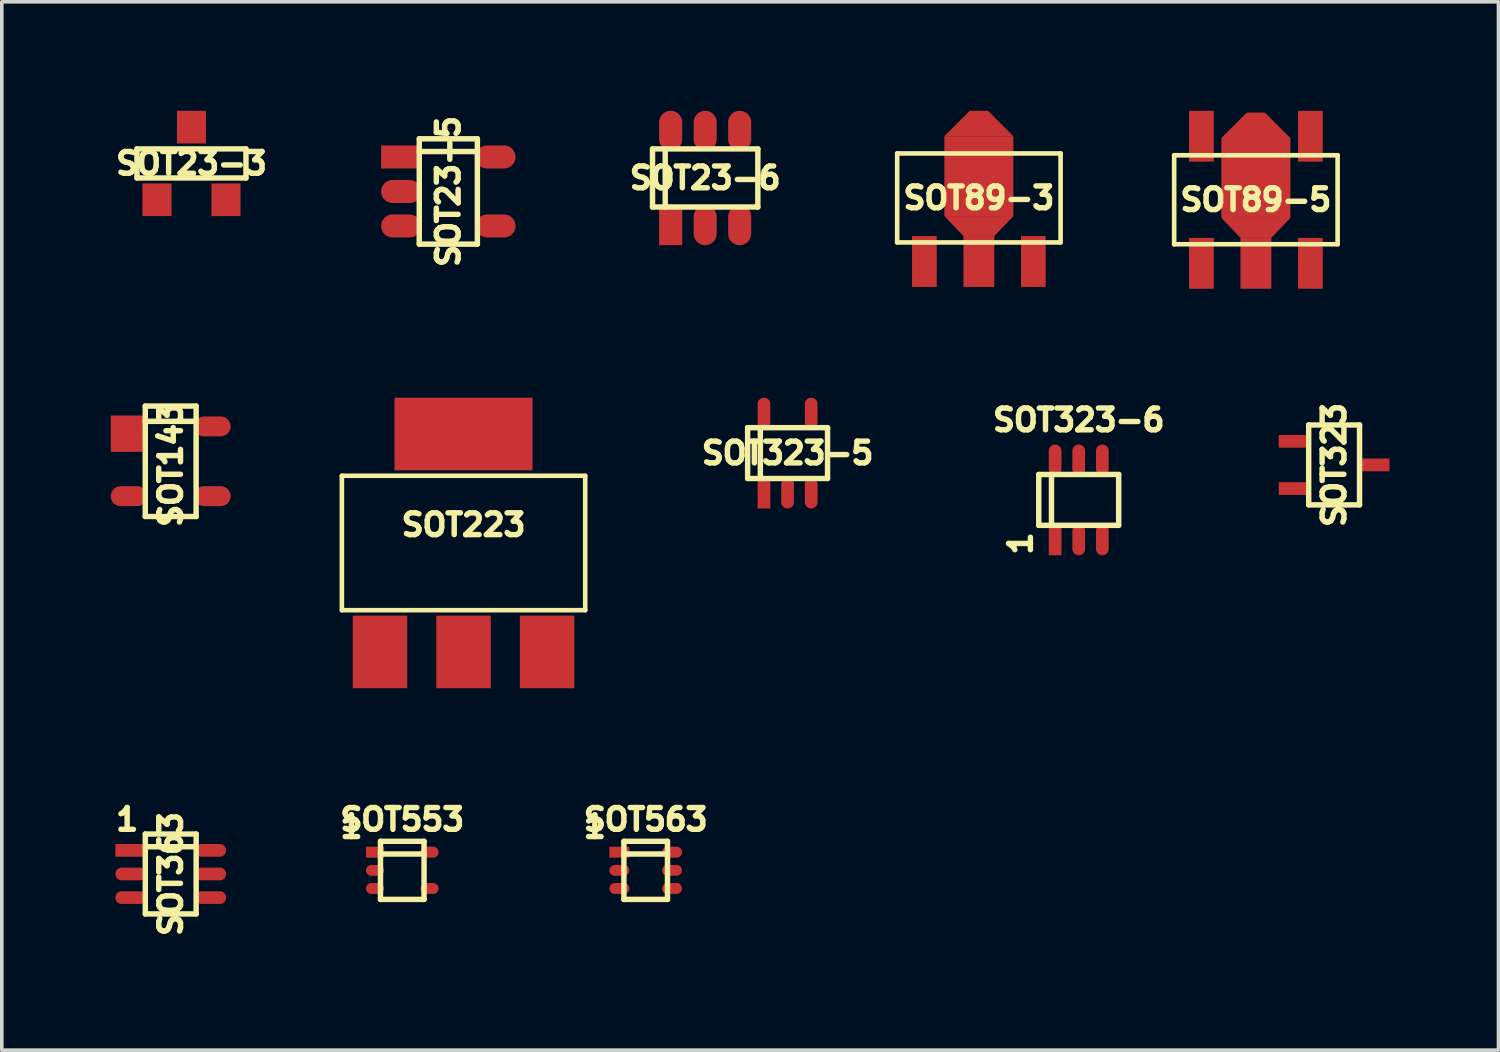
<source format=kicad_pcb>
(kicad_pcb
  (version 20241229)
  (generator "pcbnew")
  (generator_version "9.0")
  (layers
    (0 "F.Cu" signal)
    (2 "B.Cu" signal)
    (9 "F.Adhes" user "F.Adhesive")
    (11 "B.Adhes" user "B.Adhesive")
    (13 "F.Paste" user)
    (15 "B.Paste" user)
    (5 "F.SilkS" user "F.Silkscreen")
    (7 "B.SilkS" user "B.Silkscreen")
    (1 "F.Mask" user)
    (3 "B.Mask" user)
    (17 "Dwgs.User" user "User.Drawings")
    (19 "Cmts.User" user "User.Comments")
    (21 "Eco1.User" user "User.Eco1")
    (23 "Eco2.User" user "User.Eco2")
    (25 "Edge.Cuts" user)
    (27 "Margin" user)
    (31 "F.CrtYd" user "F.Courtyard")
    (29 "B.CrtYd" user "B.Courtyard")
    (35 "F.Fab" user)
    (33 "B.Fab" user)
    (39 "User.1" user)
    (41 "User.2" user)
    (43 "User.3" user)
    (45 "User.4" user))
  (footprint "SOT363"
    (layer "F.Cu")
    (at 1.651 21.014)
    (property "Reference" "SOT363" (at 0 0 270) (layer "F.SilkS") (effects (font (size 0.6 0.6) (thickness 0.15))))
    (attr smd)
    (fp_line (start -0.7 -1.1) (end 0.7 -1.1) (stroke (width 0.15) (type solid)) (layer "F.SilkS"))
    (fp_line (start -0.7 1.1) (end -0.7 -1.1) (stroke (width 0.15) (type solid)) (layer "F.SilkS"))
    (fp_line (start 0.7 -1.1) (end 0.7 1.1) (stroke (width 0.15) (type solid)) (layer "F.SilkS"))
    (fp_line (start 0.7 -0.75) (end -0.7 -0.75) (stroke (width 0.15) (type solid)) (layer "F.SilkS"))
    (fp_line (start 0.7 1.1) (end -0.7 1.1) (stroke (width 0.15) (type solid)) (layer "F.SilkS"))
    (fp_text user "1" (at -1.2 -1.5 0) (layer "F.SilkS") (effects (font (size 0.6 0.6) (thickness 0.15))))
    (pad "1" smd rect (at -1.1 -0.65 270) (size 0.35 0.85) (layers "F.Cu" "F.Mask" "F.Paste"))
    (pad "2" smd oval (at -1.1 0 270) (size 0.35 0.85) (layers "F.Cu" "F.Mask" "F.Paste"))
    (pad "3" smd oval (at -1.1 0.65 270) (size 0.35 0.85) (layers "F.Cu" "F.Mask" "F.Paste"))
    (pad "4" smd oval (at 1.1 0.65 270) (size 0.35 0.85) (layers "F.Cu" "F.Mask" "F.Paste"))
    (pad "5" smd oval (at 1.1 0 270) (size 0.35 0.85) (layers "F.Cu" "F.Mask" "F.Paste"))
    (pad "6" smd oval (at 1.1 -0.65 270) (size 0.35 0.85) (layers "F.Cu" "F.Mask" "F.Paste")))
  (footprint "SOT23-3"
    (layer "F.Cu")
    (at 2.222 1.45)
    (property "Reference" "SOT23-3" (at 0 0 0) (layer "F.SilkS") (effects (font (size 0.6 0.6) (thickness 0.15))))
    (attr smd)
    (fp_line (start -1.5 -0.4) (end 1.5 -0.4) (stroke (width 0.15) (type solid)) (layer "F.SilkS"))
    (fp_line (start -1.5 0.4) (end -1.5 -0.4) (stroke (width 0.15) (type solid)) (layer "F.SilkS"))
    (fp_line (start 1.5 -0.4) (end 1.5 0.4) (stroke (width 0.15) (type solid)) (layer "F.SilkS"))
    (fp_line (start 1.5 0.4) (end -1.5 0.4) (stroke (width 0.15) (type solid)) (layer "F.SilkS"))
    (pad "1" smd rect (at -0.95 1) (size 0.8 0.9) (layers "F.Cu" "F.Mask" "F.Paste"))
    (pad "2" smd rect (at 0.95 1) (size 0.8 0.9) (layers "F.Cu" "F.Mask" "F.Paste"))
    (pad "3" smd rect (at 0 -1) (size 0.8 0.9) (layers "F.Cu" "F.Mask" "F.Paste")))
  (footprint "SOT323"
    (layer "F.Cu")
    (at 33.683 9.751)
    (property "Reference" "SOT323" (at 0 0 270) (layer "F.SilkS") (effects (font (size 0.6 0.6) (thickness 0.15))))
    (attr smd)
    (fp_line (start -0.7 -1.1) (end 0.7 -1.1) (stroke (width 0.15) (type solid)) (layer "F.SilkS"))
    (fp_line (start -0.7 1.1) (end -0.7 -1.1) (stroke (width 0.15) (type solid)) (layer "F.SilkS"))
    (fp_line (start 0.7 -1.1) (end 0.7 1.1) (stroke (width 0.15) (type solid)) (layer "F.SilkS"))
    (fp_line (start 0.7 1.1) (end -0.7 1.1) (stroke (width 0.15) (type solid)) (layer "F.SilkS"))
    (pad "1" smd rect (at -1.1 -0.65 270) (size 0.35 0.85) (layers "F.Cu" "F.Mask" "F.Paste"))
    (pad "2" smd rect (at -1.1 0.65 270) (size 0.35 0.85) (layers "F.Cu" "F.Mask" "F.Paste"))
    (pad "3" smd rect (at 1.1 0 270) (size 0.35 0.85) (layers "F.Cu" "F.Mask" "F.Paste")))
  (footprint "SOT323-6"
    (layer "F.Cu")
    (at 26.651 10.714)
    (property "Reference" "SOT323-6" (at 0 -2.2 0) (layer "F.SilkS") (effects (font (size 0.6 0.6) (thickness 0.15))))
    (attr smd)
    (fp_line (start -1.1 -0.7) (end 1.1 -0.7) (stroke (width 0.15) (type solid)) (layer "F.SilkS"))
    (fp_line (start -1.1 0.7) (end -1.1 -0.7) (stroke (width 0.15) (type solid)) (layer "F.SilkS"))
    (fp_line (start -0.75 -0.7) (end -0.75 0.7) (stroke (width 0.15) (type solid)) (layer "F.SilkS"))
    (fp_line (start 1.1 -0.7) (end 1.1 0.7) (stroke (width 0.15) (type solid)) (layer "F.SilkS"))
    (fp_line (start 1.1 0.7) (end -1.1 0.7) (stroke (width 0.15) (type solid)) (layer "F.SilkS"))
    (fp_text user "1" (at -1.6 1.2 90) (layer "F.SilkS") (effects (font (size 0.6 0.6) (thickness 0.15))))
    (pad "1" smd rect (at -0.65 1.1) (size 0.35 0.85) (layers "F.Cu" "F.Mask" "F.Paste"))
    (pad "2" smd oval (at 0 1.1) (size 0.35 0.85) (layers "F.Cu" "F.Mask" "F.Paste"))
    (pad "3" smd oval (at 0.65 1.1) (size 0.35 0.85) (layers "F.Cu" "F.Mask" "F.Paste"))
    (pad "4" smd oval (at 0.65 -1.1) (size 0.35 0.85) (layers "F.Cu" "F.Mask" "F.Paste"))
    (pad "5" smd oval (at 0 -1.1) (size 0.35 0.85) (layers "F.Cu" "F.Mask" "F.Paste"))
    (pad "6" smd oval (at -0.65 -1.1) (size 0.35 0.85) (layers "F.Cu" "F.Mask" "F.Paste")))
  (footprint "SOT23-6"
    (layer "F.Cu")
    (at 16.366 1.85)
    (property "Reference" "SOT23-6" (at 0 0 0) (layer "F.SilkS") (effects (font (size 0.6 0.6) (thickness 0.15))))
    (attr smd)
    (fp_line (start -1.45 -0.8) (end 1.45 -0.8) (stroke (width 0.15) (type solid)) (layer "F.SilkS"))
    (fp_line (start -1.45 0.8) (end -1.45 -0.8) (stroke (width 0.15) (type solid)) (layer "F.SilkS"))
    (fp_line (start -1.1 0.8) (end -1.1 -0.8) (stroke (width 0.15) (type solid)) (layer "F.SilkS"))
    (fp_line (start 1.45 -0.8) (end 1.45 0.8) (stroke (width 0.15) (type solid)) (layer "F.SilkS"))
    (fp_line (start 1.45 0.8) (end -1.45 0.8) (stroke (width 0.15) (type solid)) (layer "F.SilkS"))
    (pad "1" smd rect (at -0.95 1.3) (size 0.635 1.1) (layers "F.Cu" "F.Mask" "F.Paste"))
    (pad "2" smd oval (at 0 1.3) (size 0.635 1.1) (layers "F.Cu" "F.Mask" "F.Paste"))
    (pad "3" smd oval (at 0.95 1.3) (size 0.635 1.1) (layers "F.Cu" "F.Mask" "F.Paste"))
    (pad "4" smd oval (at 0.95 -1.3) (size 0.635 1.1) (layers "F.Cu" "F.Mask" "F.Paste"))
    (pad "5" smd oval (at 0 -1.3) (size 0.635 1.1) (layers "F.Cu" "F.Mask" "F.Paste"))
    (pad "6" smd oval (at -0.95 -1.3) (size 0.635 1.1) (layers "F.Cu" "F.Mask" "F.Paste")))
  (footprint "SOT323-5"
    (layer "F.Cu")
    (at 18.635 9.425)
    (property "Reference" "SOT323-5" (at 0 0 0) (layer "F.SilkS") (effects (font (size 0.6 0.6) (thickness 0.15))))
    (attr smd)
    (fp_line (start -1.1 -0.7) (end 1.1 -0.7) (stroke (width 0.15) (type solid)) (layer "F.SilkS"))
    (fp_line (start -1.1 0.7) (end -1.1 -0.7) (stroke (width 0.15) (type solid)) (layer "F.SilkS"))
    (fp_line (start -0.75 -0.7) (end -0.75 0.7) (stroke (width 0.15) (type solid)) (layer "F.SilkS"))
    (fp_line (start 1.1 -0.7) (end 1.1 0.7) (stroke (width 0.15) (type solid)) (layer "F.SilkS"))
    (fp_line (start 1.1 0.7) (end -1.1 0.7) (stroke (width 0.15) (type solid)) (layer "F.SilkS"))
    (pad "1" smd rect (at -0.65 1.1) (size 0.35 0.85) (layers "F.Cu" "F.Mask" "F.Paste"))
    (pad "2" smd oval (at 0 1.1) (size 0.35 0.85) (layers "F.Cu" "F.Mask" "F.Paste"))
    (pad "3" smd oval (at 0.65 1.1) (size 0.35 0.85) (layers "F.Cu" "F.Mask" "F.Paste"))
    (pad "4" smd oval (at 0.65 -1.1) (size 0.35 0.85) (layers "F.Cu" "F.Mask" "F.Paste"))
    (pad "5" smd oval (at -0.65 -1.1) (size 0.35 0.85) (layers "F.Cu" "F.Mask" "F.Paste")))
  (footprint "SOT143"
    (layer "F.Cu")
    (at 1.65 9.651)
    (property "Reference" "SOT143" (at 0 0.1 270) (layer "F.SilkS") (effects (font (size 0.6 0.6) (thickness 0.15))))
    (attr smd)
    (fp_line (start -0.7 -1.52) (end 0.7 -1.52) (stroke (width 0.15) (type solid)) (layer "F.SilkS"))
    (fp_line (start -0.7 -1.1) (end 0.7 -1.1) (stroke (width 0.15) (type solid)) (layer "F.SilkS"))
    (fp_line (start -0.7 1.52) (end -0.7 -1.52) (stroke (width 0.15) (type solid)) (layer "F.SilkS"))
    (fp_line (start 0.7 -1.52) (end 0.7 1.52) (stroke (width 0.15) (type solid)) (layer "F.SilkS"))
    (fp_line (start 0.7 1.52) (end -0.7 1.52) (stroke (width 0.15) (type solid)) (layer "F.SilkS"))
    (pad "1" smd rect (at -1.15 -0.76 270) (size 1 1) (layers "F.Cu" "F.Mask" "F.Paste"))
    (pad "2" smd oval (at -1.15 0.96 270) (size 0.55 1) (layers "F.Cu" "F.Mask" "F.Paste"))
    (pad "3" smd oval (at 1.15 0.96 270) (size 0.55 1) (layers "F.Cu" "F.Mask" "F.Paste"))
    (pad "4" smd oval (at 1.15 -0.96 270) (size 0.55 1) (layers "F.Cu" "F.Mask" "F.Paste")))
  (footprint "SOT553"
    (layer "F.Cu")
    (at 8.026 20.914)
    (property "Reference" "SOT553" (at 0 -1.4 0) (layer "F.SilkS") (effects (font (size 0.6 0.6) (thickness 0.15))))
    (attr smd)
    (fp_line (start -0.6 -0.8) (end 0.6 -0.8) (stroke (width 0.15) (type solid)) (layer "F.SilkS"))
    (fp_line (start -0.6 -0.45) (end 0.6 -0.45) (stroke (width 0.15) (type solid)) (layer "F.SilkS"))
    (fp_line (start -0.6 0.8) (end -0.6 -0.8) (stroke (width 0.15) (type solid)) (layer "F.SilkS"))
    (fp_line (start 0.6 -0.8) (end 0.6 0.8) (stroke (width 0.15) (type solid)) (layer "F.SilkS"))
    (fp_line (start 0.6 0.8) (end -0.6 0.8) (stroke (width 0.15) (type solid)) (layer "F.SilkS"))
    (fp_text user "1" (at -1.4 -1.2 0) (layer "F.SilkS") (effects (font (size 0.6 0.6) (thickness 0.15))))
    (pad "1" smd rect (at -0.75 -0.5) (size 0.5 0.3) (layers "F.Cu" "F.Mask" "F.Paste"))
    (pad "2" smd oval (at -0.75 0) (size 0.5 0.3) (layers "F.Cu" "F.Mask" "F.Paste"))
    (pad "3" smd oval (at -0.75 0.5) (size 0.5 0.3) (layers "F.Cu" "F.Mask" "F.Paste"))
    (pad "4" smd oval (at 0.75 0.5) (size 0.5 0.3) (layers "F.Cu" "F.Mask" "F.Paste"))
    (pad "5" smd oval (at 0.75 -0.5) (size 0.5 0.3) (layers "F.Cu" "F.Mask" "F.Paste")))
  (footprint "SOT89-3"
    (layer "F.Cu")
    (at 23.902 2.4)
    (property "Reference" "SOT89-3" (at 0 0 0) (layer "F.SilkS") (effects (font (size 0.6 0.6) (thickness 0.15))))
    (attr smd)
    (fp_line (start -2.25 -1.225) (end 2.25 -1.225) (stroke (width 0.127) (type solid)) (layer "F.SilkS"))
    (fp_line (start -2.25 1.225) (end -2.25 -1.225) (stroke (width 0.127) (type solid)) (layer "F.SilkS"))
    (fp_line (start 2.25 -1.225) (end 2.25 1.225) (stroke (width 0.127) (type solid)) (layer "F.SilkS"))
    (fp_line (start 2.25 1.225) (end -2.25 1.225) (stroke (width 0.127) (type solid)) (layer "F.SilkS"))
    (pad "1" smd rect (at -1.5 1.75) (size 0.68 1.4) (layers "F.Cu" "F.Mask" "F.Paste"))
    (pad "2" smd trapezoid (at 0 -2.05) (size 1.2 0.7) (rect_delta 0 0.7) (layers "F.Cu" "F.Mask" "F.Paste"))
    (pad "2" smd rect (at 0 -0.6) (size 1.9 2.2) (layers "F.Cu" "F.Mask" "F.Paste"))
    (pad "2" smd trapezoid (at 0 0.775) (size 1.375 0.55) (rect_delta 0 -0.525) (layers "F.Cu" "F.Mask" "F.Paste"))
    (pad "2" smd rect (at 0 1.75) (size 0.85 1.4) (layers "F.Cu" "F.Mask" "F.Paste"))
    (pad "3" smd rect (at 1.5 1.75) (size 0.68 1.4) (layers "F.Cu" "F.Mask" "F.Paste")))
  (footprint "SOT23-5"
    (layer "F.Cu")
    (at 9.294 2.222)
    (property "Reference" "SOT23-5" (at 0 0 270) (layer "F.SilkS") (effects (font (size 0.6 0.6) (thickness 0.15))))
    (attr smd)
    (fp_line (start -0.8 -1.45) (end 0.8 -1.45) (stroke (width 0.15) (type solid)) (layer "F.SilkS"))
    (fp_line (start -0.8 -1.1) (end 0.8 -1.1) (stroke (width 0.15) (type solid)) (layer "F.SilkS"))
    (fp_line (start -0.8 1.45) (end -0.8 -1.45) (stroke (width 0.15) (type solid)) (layer "F.SilkS"))
    (fp_line (start 0.8 -1.45) (end 0.8 1.45) (stroke (width 0.15) (type solid)) (layer "F.SilkS"))
    (fp_line (start 0.8 1.45) (end -0.8 1.45) (stroke (width 0.15) (type solid)) (layer "F.SilkS"))
    (pad "1" smd rect (at -1.3 -0.95 270) (size 0.635 1.1) (layers "F.Cu" "F.Mask" "F.Paste"))
    (pad "2" smd oval (at -1.3 0 270) (size 0.635 1.1) (layers "F.Cu" "F.Mask" "F.Paste"))
    (pad "3" smd oval (at -1.3 0.95 270) (size 0.635 1.1) (layers "F.Cu" "F.Mask" "F.Paste"))
    (pad "4" smd oval (at 1.3 0.95 270) (size 0.635 1.1) (layers "F.Cu" "F.Mask" "F.Paste"))
    (pad "5" smd oval (at 1.3 -0.95 270) (size 0.635 1.1) (layers "F.Cu" "F.Mask" "F.Paste")))
  (footprint "SOT223"
    (layer "F.Cu")
    (at 9.713 11.9)
    (property "Reference" "SOT223" (at 0 -0.5 0) (layer "F.SilkS") (effects (font (size 0.6 0.6) (thickness 0.15))))
    (attr smd)
    (fp_line (start -3.35 -1.85) (end 3.35 -1.85) (stroke (width 0.127) (type solid)) (layer "F.SilkS"))
    (fp_line (start -3.35 1.85) (end -3.35 -1.85) (stroke (width 0.127) (type solid)) (layer "F.SilkS"))
    (fp_line (start 3.35 -1.85) (end 3.35 1.85) (stroke (width 0.127) (type solid)) (layer "F.SilkS"))
    (fp_line (start 3.35 1.85) (end -3.35 1.85) (stroke (width 0.127) (type solid)) (layer "F.SilkS"))
    (pad "1" smd rect (at -2.3 3) (size 1.5 2) (layers "F.Cu" "F.Mask" "F.Paste"))
    (pad "2" smd rect (at 0 -3) (size 3.8 2) (layers "F.Cu" "F.Mask" "F.Paste"))
    (pad "2" smd rect (at 0 3) (size 1.5 2) (layers "F.Cu" "F.Mask" "F.Paste"))
    (pad "3" smd rect (at 2.3 3) (size 1.5 2) (layers "F.Cu" "F.Mask" "F.Paste")))
  (footprint "SOT563"
    (layer "F.Cu")
    (at 14.728 20.914)
    (property "Reference" "SOT563" (at 0 -1.4 0) (layer "F.SilkS") (effects (font (size 0.6 0.6) (thickness 0.15))))
    (attr smd)
    (fp_line (start -0.6 -0.8) (end 0.6 -0.8) (stroke (width 0.15) (type solid)) (layer "F.SilkS"))
    (fp_line (start -0.6 -0.45) (end 0.6 -0.45) (stroke (width 0.15) (type solid)) (layer "F.SilkS"))
    (fp_line (start -0.6 0.8) (end -0.6 -0.8) (stroke (width 0.15) (type solid)) (layer "F.SilkS"))
    (fp_line (start 0.6 -0.8) (end 0.6 0.8) (stroke (width 0.15) (type solid)) (layer "F.SilkS"))
    (fp_line (start 0.6 0.8) (end -0.6 0.8) (stroke (width 0.15) (type solid)) (layer "F.SilkS"))
    (fp_text user "1" (at -1.4 -1.2 0) (layer "F.SilkS") (effects (font (size 0.6 0.6) (thickness 0.15))))
    (pad "1" smd rect (at -0.725 -0.5) (size 0.55 0.3) (layers "F.Cu" "F.Mask" "F.Paste"))
    (pad "2" smd oval (at -0.725 0) (size 0.55 0.3) (layers "F.Cu" "F.Mask" "F.Paste"))
    (pad "3" smd oval (at -0.725 0.5) (size 0.55 0.3) (layers "F.Cu" "F.Mask" "F.Paste"))
    (pad "4" smd oval (at 0.725 0.5) (size 0.55 0.3) (layers "F.Cu" "F.Mask" "F.Paste"))
    (pad "5" smd oval (at 0.725 0) (size 0.55 0.3) (layers "F.Cu" "F.Mask" "F.Paste"))
    (pad "6" smd oval (at 0.725 -0.5) (size 0.55 0.3) (layers "F.Cu" "F.Mask" "F.Paste")))
  (footprint "SOT89-5"
    (layer "F.Cu")
    (at 31.529 2.45)
    (property "Reference" "SOT89-5" (at 0 0 0) (layer "F.SilkS") (effects (font (size 0.6 0.6) (thickness 0.15))))
    (attr smd)
    (fp_line (start -2.25 -1.225) (end 2.25 -1.225) (stroke (width 0.127) (type solid)) (layer "F.SilkS"))
    (fp_line (start -2.25 1.225) (end -2.25 -1.225) (stroke (width 0.127) (type solid)) (layer "F.SilkS"))
    (fp_line (start 2.25 -1.225) (end 2.25 1.225) (stroke (width 0.127) (type solid)) (layer "F.SilkS"))
    (fp_line (start 2.25 1.225) (end -2.25 1.225) (stroke (width 0.127) (type solid)) (layer "F.SilkS"))
    (pad "1" smd rect (at -1.5 1.75) (size 0.68 1.4) (layers "F.Cu" "F.Mask" "F.Paste"))
    (pad "2" smd trapezoid (at 0 -2.05) (size 1.2 0.7) (rect_delta 0 0.7) (layers "F.Cu" "F.Mask" "F.Paste"))
    (pad "2" smd rect (at 0 -0.6) (size 1.9 2.2) (layers "F.Cu" "F.Mask" "F.Paste"))
    (pad "2" smd trapezoid (at 0 0.775) (size 1.375 0.55) (rect_delta 0 -0.525) (layers "F.Cu" "F.Mask" "F.Paste"))
    (pad "2" smd rect (at 0 1.75) (size 0.85 1.4) (layers "F.Cu" "F.Mask" "F.Paste"))
    (pad "3" smd rect (at 1.5 1.75) (size 0.68 1.4) (layers "F.Cu" "F.Mask" "F.Paste"))
    (pad "4" smd rect (at 1.5 -1.75) (size 0.68 1.4) (layers "F.Cu" "F.Mask" "F.Paste"))
    (pad "5" smd rect (at -1.5 -1.75) (size 0.68 1.4) (layers "F.Cu" "F.Mask" "F.Paste")))
  (gr_rect
    (start -3 -3)
    (end 38.208 25.865)
    (stroke (width 0.1) (type default))
    (fill no)
    (layer "Edge.Cuts")))
</source>
